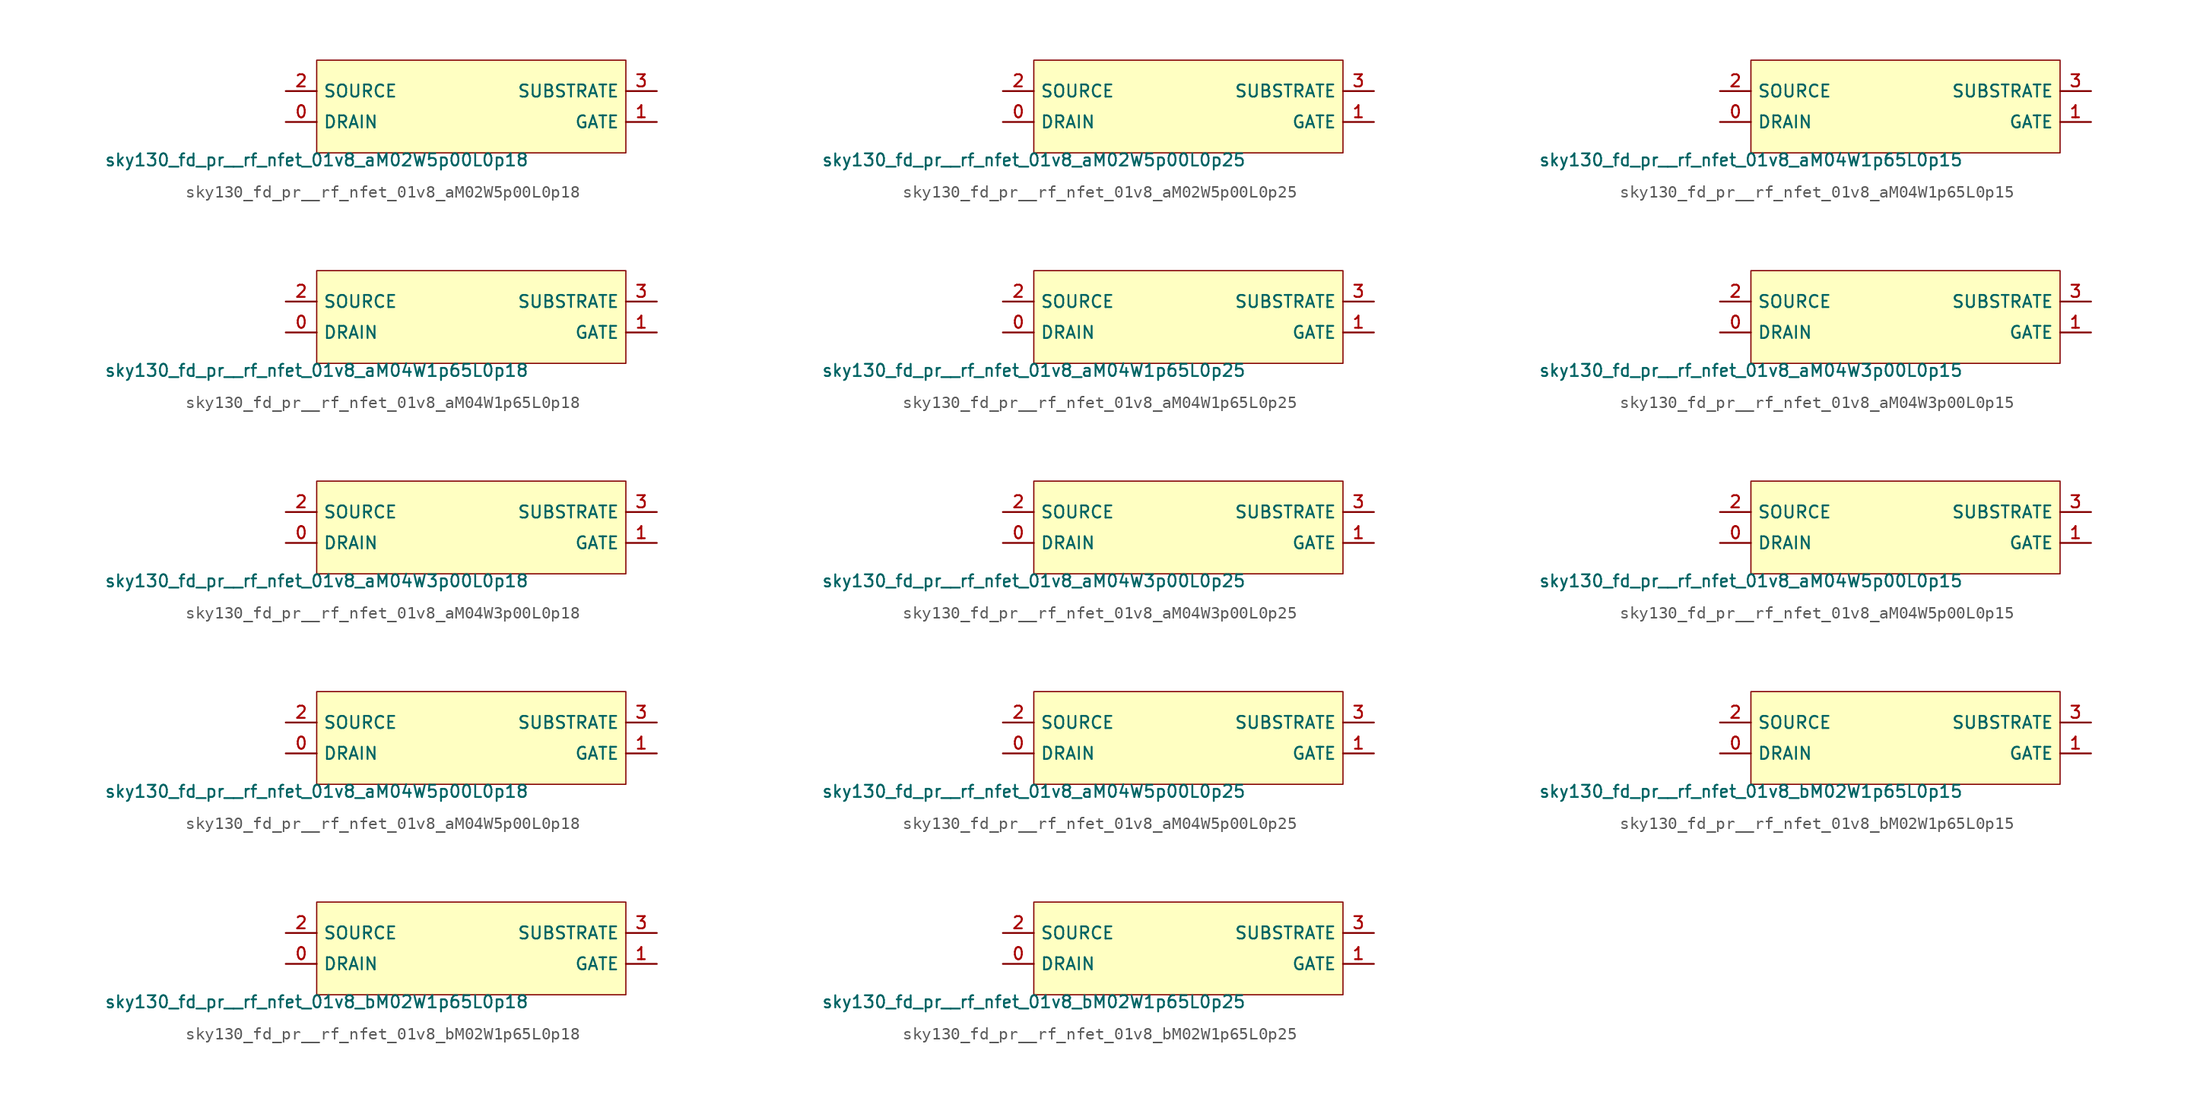
<source format=kicad_sym>
(kicad_symbol_lib
  (version 20211014)
  (generator lef2kicad_sym)
  (symbol "sky130_fd_pr__rf_nfet_01v8_aM02W5p00L0p18"
    (property "Reference" "X"
      (at 0 0 0)
      (effects (font (size 1 1)) hide))
    (property "Value" "sky130_fd_pr__rf_nfet_01v8_aM02W5p00L0p18"
      (at -12.7 -3.81 0)
      (effects (font (size 1 1)) (justify top)))
    (rectangle
      (start -12.7 -3.81)
      (end 12.7 3.81)
      (stroke (width 0.1) (type solid) (color 0 0 0 0))
      (fill (type background)))
    (pin bidirectional line
      (at -15.24 -1.27 0)
      (length 2.54)
      (name "DRAIN" (effects (font (size 1 1)) hide))
      (number "0" (effects (font (size 1 1)) hide)))
    (pin bidirectional line
      (at 15.24 -1.27 180)
      (length 2.54)
      (name "GATE" (effects (font (size 1 1)) hide))
      (number "1" (effects (font (size 1 1)) hide)))
    (pin bidirectional line
      (at -15.24 1.27 0)
      (length 2.54)
      (name "SOURCE" (effects (font (size 1 1)) hide))
      (number "2" (effects (font (size 1 1)) hide)))
    (pin bidirectional line
      (at 15.24 1.27 180)
      (length 2.54)
      (name "SUBSTRATE" (effects (font (size 1 1)) hide))
      (number "3" (effects (font (size 1 1)) hide))))
  (symbol "sky130_fd_pr__rf_nfet_01v8_aM02W5p00L0p25"
    (property "Reference" "X"
      (at 0 0 0)
      (effects (font (size 1 1)) hide))
    (property "Value" "sky130_fd_pr__rf_nfet_01v8_aM02W5p00L0p25"
      (at -12.7 -3.81 0)
      (effects (font (size 1 1)) (justify top)))
    (rectangle
      (start -12.7 -3.81)
      (end 12.7 3.81)
      (stroke (width 0.1) (type solid) (color 0 0 0 0))
      (fill (type background)))
    (pin bidirectional line
      (at -15.24 -1.27 0)
      (length 2.54)
      (name "DRAIN" (effects (font (size 1 1)) hide))
      (number "0" (effects (font (size 1 1)) hide)))
    (pin bidirectional line
      (at 15.24 -1.27 180)
      (length 2.54)
      (name "GATE" (effects (font (size 1 1)) hide))
      (number "1" (effects (font (size 1 1)) hide)))
    (pin bidirectional line
      (at -15.24 1.27 0)
      (length 2.54)
      (name "SOURCE" (effects (font (size 1 1)) hide))
      (number "2" (effects (font (size 1 1)) hide)))
    (pin bidirectional line
      (at 15.24 1.27 180)
      (length 2.54)
      (name "SUBSTRATE" (effects (font (size 1 1)) hide))
      (number "3" (effects (font (size 1 1)) hide))))
  (symbol "sky130_fd_pr__rf_nfet_01v8_aM04W1p65L0p15"
    (property "Reference" "X"
      (at 0 0 0)
      (effects (font (size 1 1)) hide))
    (property "Value" "sky130_fd_pr__rf_nfet_01v8_aM04W1p65L0p15"
      (at -12.7 -3.81 0)
      (effects (font (size 1 1)) (justify top)))
    (rectangle
      (start -12.7 -3.81)
      (end 12.7 3.81)
      (stroke (width 0.1) (type solid) (color 0 0 0 0))
      (fill (type background)))
    (pin bidirectional line
      (at -15.24 -1.27 0)
      (length 2.54)
      (name "DRAIN" (effects (font (size 1 1)) hide))
      (number "0" (effects (font (size 1 1)) hide)))
    (pin bidirectional line
      (at 15.24 -1.27 180)
      (length 2.54)
      (name "GATE" (effects (font (size 1 1)) hide))
      (number "1" (effects (font (size 1 1)) hide)))
    (pin bidirectional line
      (at -15.24 1.27 0)
      (length 2.54)
      (name "SOURCE" (effects (font (size 1 1)) hide))
      (number "2" (effects (font (size 1 1)) hide)))
    (pin bidirectional line
      (at 15.24 1.27 180)
      (length 2.54)
      (name "SUBSTRATE" (effects (font (size 1 1)) hide))
      (number "3" (effects (font (size 1 1)) hide))))
  (symbol "sky130_fd_pr__rf_nfet_01v8_aM04W1p65L0p18"
    (property "Reference" "X"
      (at 0 0 0)
      (effects (font (size 1 1)) hide))
    (property "Value" "sky130_fd_pr__rf_nfet_01v8_aM04W1p65L0p18"
      (at -12.7 -3.81 0)
      (effects (font (size 1 1)) (justify top)))
    (rectangle
      (start -12.7 -3.81)
      (end 12.7 3.81)
      (stroke (width 0.1) (type solid) (color 0 0 0 0))
      (fill (type background)))
    (pin bidirectional line
      (at -15.24 -1.27 0)
      (length 2.54)
      (name "DRAIN" (effects (font (size 1 1)) hide))
      (number "0" (effects (font (size 1 1)) hide)))
    (pin bidirectional line
      (at 15.24 -1.27 180)
      (length 2.54)
      (name "GATE" (effects (font (size 1 1)) hide))
      (number "1" (effects (font (size 1 1)) hide)))
    (pin bidirectional line
      (at -15.24 1.27 0)
      (length 2.54)
      (name "SOURCE" (effects (font (size 1 1)) hide))
      (number "2" (effects (font (size 1 1)) hide)))
    (pin bidirectional line
      (at 15.24 1.27 180)
      (length 2.54)
      (name "SUBSTRATE" (effects (font (size 1 1)) hide))
      (number "3" (effects (font (size 1 1)) hide))))
  (symbol "sky130_fd_pr__rf_nfet_01v8_aM04W1p65L0p25"
    (property "Reference" "X"
      (at 0 0 0)
      (effects (font (size 1 1)) hide))
    (property "Value" "sky130_fd_pr__rf_nfet_01v8_aM04W1p65L0p25"
      (at -12.7 -3.81 0)
      (effects (font (size 1 1)) (justify top)))
    (rectangle
      (start -12.7 -3.81)
      (end 12.7 3.81)
      (stroke (width 0.1) (type solid) (color 0 0 0 0))
      (fill (type background)))
    (pin bidirectional line
      (at -15.24 -1.27 0)
      (length 2.54)
      (name "DRAIN" (effects (font (size 1 1)) hide))
      (number "0" (effects (font (size 1 1)) hide)))
    (pin bidirectional line
      (at 15.24 -1.27 180)
      (length 2.54)
      (name "GATE" (effects (font (size 1 1)) hide))
      (number "1" (effects (font (size 1 1)) hide)))
    (pin bidirectional line
      (at -15.24 1.27 0)
      (length 2.54)
      (name "SOURCE" (effects (font (size 1 1)) hide))
      (number "2" (effects (font (size 1 1)) hide)))
    (pin bidirectional line
      (at 15.24 1.27 180)
      (length 2.54)
      (name "SUBSTRATE" (effects (font (size 1 1)) hide))
      (number "3" (effects (font (size 1 1)) hide))))
  (symbol "sky130_fd_pr__rf_nfet_01v8_aM04W3p00L0p15"
    (property "Reference" "X"
      (at 0 0 0)
      (effects (font (size 1 1)) hide))
    (property "Value" "sky130_fd_pr__rf_nfet_01v8_aM04W3p00L0p15"
      (at -12.7 -3.81 0)
      (effects (font (size 1 1)) (justify top)))
    (rectangle
      (start -12.7 -3.81)
      (end 12.7 3.81)
      (stroke (width 0.1) (type solid) (color 0 0 0 0))
      (fill (type background)))
    (pin bidirectional line
      (at -15.24 -1.27 0)
      (length 2.54)
      (name "DRAIN" (effects (font (size 1 1)) hide))
      (number "0" (effects (font (size 1 1)) hide)))
    (pin bidirectional line
      (at 15.24 -1.27 180)
      (length 2.54)
      (name "GATE" (effects (font (size 1 1)) hide))
      (number "1" (effects (font (size 1 1)) hide)))
    (pin bidirectional line
      (at -15.24 1.27 0)
      (length 2.54)
      (name "SOURCE" (effects (font (size 1 1)) hide))
      (number "2" (effects (font (size 1 1)) hide)))
    (pin bidirectional line
      (at 15.24 1.27 180)
      (length 2.54)
      (name "SUBSTRATE" (effects (font (size 1 1)) hide))
      (number "3" (effects (font (size 1 1)) hide))))
  (symbol "sky130_fd_pr__rf_nfet_01v8_aM04W3p00L0p18"
    (property "Reference" "X"
      (at 0 0 0)
      (effects (font (size 1 1)) hide))
    (property "Value" "sky130_fd_pr__rf_nfet_01v8_aM04W3p00L0p18"
      (at -12.7 -3.81 0)
      (effects (font (size 1 1)) (justify top)))
    (rectangle
      (start -12.7 -3.81)
      (end 12.7 3.81)
      (stroke (width 0.1) (type solid) (color 0 0 0 0))
      (fill (type background)))
    (pin bidirectional line
      (at -15.24 -1.27 0)
      (length 2.54)
      (name "DRAIN" (effects (font (size 1 1)) hide))
      (number "0" (effects (font (size 1 1)) hide)))
    (pin bidirectional line
      (at 15.24 -1.27 180)
      (length 2.54)
      (name "GATE" (effects (font (size 1 1)) hide))
      (number "1" (effects (font (size 1 1)) hide)))
    (pin bidirectional line
      (at -15.24 1.27 0)
      (length 2.54)
      (name "SOURCE" (effects (font (size 1 1)) hide))
      (number "2" (effects (font (size 1 1)) hide)))
    (pin bidirectional line
      (at 15.24 1.27 180)
      (length 2.54)
      (name "SUBSTRATE" (effects (font (size 1 1)) hide))
      (number "3" (effects (font (size 1 1)) hide))))
  (symbol "sky130_fd_pr__rf_nfet_01v8_aM04W3p00L0p25"
    (property "Reference" "X"
      (at 0 0 0)
      (effects (font (size 1 1)) hide))
    (property "Value" "sky130_fd_pr__rf_nfet_01v8_aM04W3p00L0p25"
      (at -12.7 -3.81 0)
      (effects (font (size 1 1)) (justify top)))
    (rectangle
      (start -12.7 -3.81)
      (end 12.7 3.81)
      (stroke (width 0.1) (type solid) (color 0 0 0 0))
      (fill (type background)))
    (pin bidirectional line
      (at -15.24 -1.27 0)
      (length 2.54)
      (name "DRAIN" (effects (font (size 1 1)) hide))
      (number "0" (effects (font (size 1 1)) hide)))
    (pin bidirectional line
      (at 15.24 -1.27 180)
      (length 2.54)
      (name "GATE" (effects (font (size 1 1)) hide))
      (number "1" (effects (font (size 1 1)) hide)))
    (pin bidirectional line
      (at -15.24 1.27 0)
      (length 2.54)
      (name "SOURCE" (effects (font (size 1 1)) hide))
      (number "2" (effects (font (size 1 1)) hide)))
    (pin bidirectional line
      (at 15.24 1.27 180)
      (length 2.54)
      (name "SUBSTRATE" (effects (font (size 1 1)) hide))
      (number "3" (effects (font (size 1 1)) hide))))
  (symbol "sky130_fd_pr__rf_nfet_01v8_aM04W5p00L0p15"
    (property "Reference" "X"
      (at 0 0 0)
      (effects (font (size 1 1)) hide))
    (property "Value" "sky130_fd_pr__rf_nfet_01v8_aM04W5p00L0p15"
      (at -12.7 -3.81 0)
      (effects (font (size 1 1)) (justify top)))
    (rectangle
      (start -12.7 -3.81)
      (end 12.7 3.81)
      (stroke (width 0.1) (type solid) (color 0 0 0 0))
      (fill (type background)))
    (pin bidirectional line
      (at -15.24 -1.27 0)
      (length 2.54)
      (name "DRAIN" (effects (font (size 1 1)) hide))
      (number "0" (effects (font (size 1 1)) hide)))
    (pin bidirectional line
      (at 15.24 -1.27 180)
      (length 2.54)
      (name "GATE" (effects (font (size 1 1)) hide))
      (number "1" (effects (font (size 1 1)) hide)))
    (pin bidirectional line
      (at -15.24 1.27 0)
      (length 2.54)
      (name "SOURCE" (effects (font (size 1 1)) hide))
      (number "2" (effects (font (size 1 1)) hide)))
    (pin bidirectional line
      (at 15.24 1.27 180)
      (length 2.54)
      (name "SUBSTRATE" (effects (font (size 1 1)) hide))
      (number "3" (effects (font (size 1 1)) hide))))
  (symbol "sky130_fd_pr__rf_nfet_01v8_aM04W5p00L0p18"
    (property "Reference" "X"
      (at 0 0 0)
      (effects (font (size 1 1)) hide))
    (property "Value" "sky130_fd_pr__rf_nfet_01v8_aM04W5p00L0p18"
      (at -12.7 -3.81 0)
      (effects (font (size 1 1)) (justify top)))
    (rectangle
      (start -12.7 -3.81)
      (end 12.7 3.81)
      (stroke (width 0.1) (type solid) (color 0 0 0 0))
      (fill (type background)))
    (pin bidirectional line
      (at -15.24 -1.27 0)
      (length 2.54)
      (name "DRAIN" (effects (font (size 1 1)) hide))
      (number "0" (effects (font (size 1 1)) hide)))
    (pin bidirectional line
      (at 15.24 -1.27 180)
      (length 2.54)
      (name "GATE" (effects (font (size 1 1)) hide))
      (number "1" (effects (font (size 1 1)) hide)))
    (pin bidirectional line
      (at -15.24 1.27 0)
      (length 2.54)
      (name "SOURCE" (effects (font (size 1 1)) hide))
      (number "2" (effects (font (size 1 1)) hide)))
    (pin bidirectional line
      (at 15.24 1.27 180)
      (length 2.54)
      (name "SUBSTRATE" (effects (font (size 1 1)) hide))
      (number "3" (effects (font (size 1 1)) hide))))
  (symbol "sky130_fd_pr__rf_nfet_01v8_aM04W5p00L0p25"
    (property "Reference" "X"
      (at 0 0 0)
      (effects (font (size 1 1)) hide))
    (property "Value" "sky130_fd_pr__rf_nfet_01v8_aM04W5p00L0p25"
      (at -12.7 -3.81 0)
      (effects (font (size 1 1)) (justify top)))
    (rectangle
      (start -12.7 -3.81)
      (end 12.7 3.81)
      (stroke (width 0.1) (type solid) (color 0 0 0 0))
      (fill (type background)))
    (pin bidirectional line
      (at -15.24 -1.27 0)
      (length 2.54)
      (name "DRAIN" (effects (font (size 1 1)) hide))
      (number "0" (effects (font (size 1 1)) hide)))
    (pin bidirectional line
      (at 15.24 -1.27 180)
      (length 2.54)
      (name "GATE" (effects (font (size 1 1)) hide))
      (number "1" (effects (font (size 1 1)) hide)))
    (pin bidirectional line
      (at -15.24 1.27 0)
      (length 2.54)
      (name "SOURCE" (effects (font (size 1 1)) hide))
      (number "2" (effects (font (size 1 1)) hide)))
    (pin bidirectional line
      (at 15.24 1.27 180)
      (length 2.54)
      (name "SUBSTRATE" (effects (font (size 1 1)) hide))
      (number "3" (effects (font (size 1 1)) hide))))
  (symbol "sky130_fd_pr__rf_nfet_01v8_bM02W1p65L0p15"
    (property "Reference" "X"
      (at 0 0 0)
      (effects (font (size 1 1)) hide))
    (property "Value" "sky130_fd_pr__rf_nfet_01v8_bM02W1p65L0p15"
      (at -12.7 -3.81 0)
      (effects (font (size 1 1)) (justify top)))
    (rectangle
      (start -12.7 -3.81)
      (end 12.7 3.81)
      (stroke (width 0.1) (type solid) (color 0 0 0 0))
      (fill (type background)))
    (pin bidirectional line
      (at -15.24 -1.27 0)
      (length 2.54)
      (name "DRAIN" (effects (font (size 1 1)) hide))
      (number "0" (effects (font (size 1 1)) hide)))
    (pin bidirectional line
      (at 15.24 -1.27 180)
      (length 2.54)
      (name "GATE" (effects (font (size 1 1)) hide))
      (number "1" (effects (font (size 1 1)) hide)))
    (pin bidirectional line
      (at -15.24 1.27 0)
      (length 2.54)
      (name "SOURCE" (effects (font (size 1 1)) hide))
      (number "2" (effects (font (size 1 1)) hide)))
    (pin bidirectional line
      (at 15.24 1.27 180)
      (length 2.54)
      (name "SUBSTRATE" (effects (font (size 1 1)) hide))
      (number "3" (effects (font (size 1 1)) hide))))
  (symbol "sky130_fd_pr__rf_nfet_01v8_bM02W1p65L0p18"
    (property "Reference" "X"
      (at 0 0 0)
      (effects (font (size 1 1)) hide))
    (property "Value" "sky130_fd_pr__rf_nfet_01v8_bM02W1p65L0p18"
      (at -12.7 -3.81 0)
      (effects (font (size 1 1)) (justify top)))
    (rectangle
      (start -12.7 -3.81)
      (end 12.7 3.81)
      (stroke (width 0.1) (type solid) (color 0 0 0 0))
      (fill (type background)))
    (pin bidirectional line
      (at -15.24 -1.27 0)
      (length 2.54)
      (name "DRAIN" (effects (font (size 1 1)) hide))
      (number "0" (effects (font (size 1 1)) hide)))
    (pin bidirectional line
      (at 15.24 -1.27 180)
      (length 2.54)
      (name "GATE" (effects (font (size 1 1)) hide))
      (number "1" (effects (font (size 1 1)) hide)))
    (pin bidirectional line
      (at -15.24 1.27 0)
      (length 2.54)
      (name "SOURCE" (effects (font (size 1 1)) hide))
      (number "2" (effects (font (size 1 1)) hide)))
    (pin bidirectional line
      (at 15.24 1.27 180)
      (length 2.54)
      (name "SUBSTRATE" (effects (font (size 1 1)) hide))
      (number "3" (effects (font (size 1 1)) hide))))
  (symbol "sky130_fd_pr__rf_nfet_01v8_bM02W1p65L0p25"
    (property "Reference" "X"
      (at 0 0 0)
      (effects (font (size 1 1)) hide))
    (property "Value" "sky130_fd_pr__rf_nfet_01v8_bM02W1p65L0p25"
      (at -12.7 -3.81 0)
      (effects (font (size 1 1)) (justify top)))
    (rectangle
      (start -12.7 -3.81)
      (end 12.7 3.81)
      (stroke (width 0.1) (type solid) (color 0 0 0 0))
      (fill (type background)))
    (pin bidirectional line
      (at -15.24 -1.27 0)
      (length 2.54)
      (name "DRAIN" (effects (font (size 1 1)) hide))
      (number "0" (effects (font (size 1 1)) hide)))
    (pin bidirectional line
      (at 15.24 -1.27 180)
      (length 2.54)
      (name "GATE" (effects (font (size 1 1)) hide))
      (number "1" (effects (font (size 1 1)) hide)))
    (pin bidirectional line
      (at -15.24 1.27 0)
      (length 2.54)
      (name "SOURCE" (effects (font (size 1 1)) hide))
      (number "2" (effects (font (size 1 1)) hide)))
    (pin bidirectional line
      (at 15.24 1.27 180)
      (length 2.54)
      (name "SUBSTRATE" (effects (font (size 1 1)) hide))
      (number "3" (effects (font (size 1 1)) hide)))))
</source>
